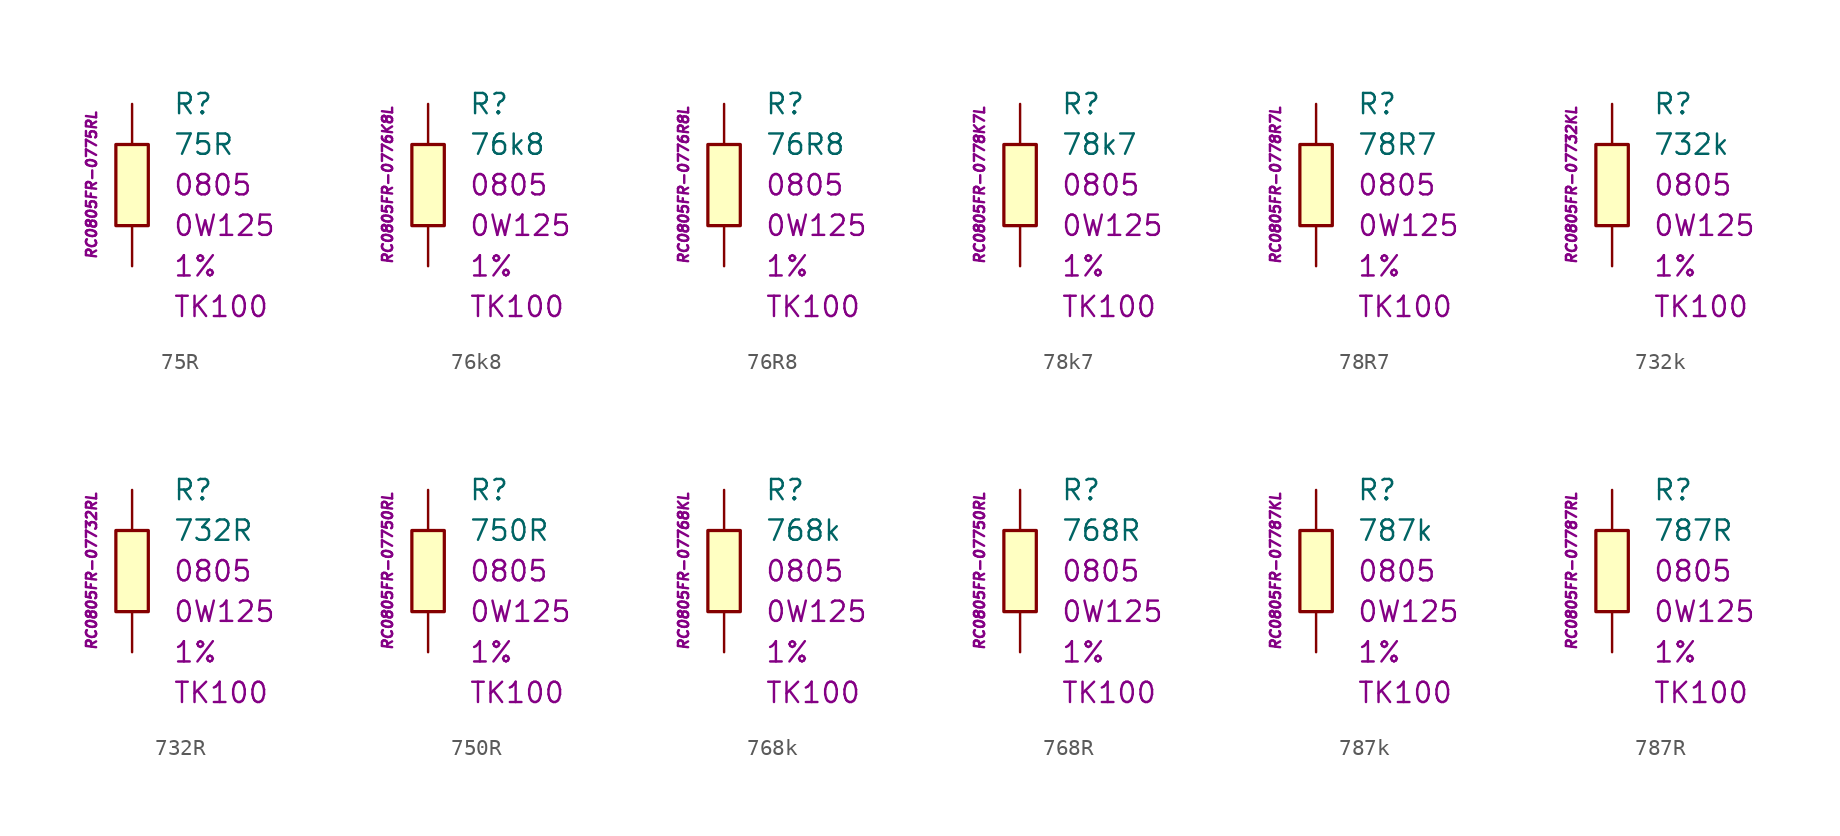
<source format=kicad_sym>
(kicad_symbol_lib
  (version 20201005)
  (generator kicad_symbol_editor)
  (symbol "75R"
    (pin_numbers hide)
    (pin_names
      (offset 1.016) hide)
    (property "Reference" "R"
      (at 2.54 5.08 0)
      (effects (font (size 1.27 1.27)) (justify left)))
    (property "Value" "75R"
      (at 2.54 2.54 0)
      (effects (font (size 1.27 1.27)) (justify left)))
    (property "Package" "0805"
      (at 2.54 0 0)
      (effects (font (size 1.27 1.27)) (justify left)))
    (property "Power" "0W125"
      (at 2.54 -2.54 0)
      (effects (font (size 1.27 1.27)) (justify left)))
    (property "Tolerance" "1%"
      (at 2.54 -5.08 0)
      (effects (font (size 1.27 1.27)) (justify left)))
    (property "TK" "TK100"
      (at 2.54 -7.62 0)
      (effects (font (size 1.27 1.27)) (justify left)))
    (property "ID" "RC0805FR-0775RL"
      (at -2.54 0 90)
      (effects (font (size 0.635 0.635) italic)))
    (symbol "75R_0_1"
      (rectangle (start -1.016 2.54) (end 1.016 -2.54) (stroke (width 0.203)) (fill (type background))))
    (symbol "75R_1_1"
      (pin passive line (at 0 5.08 270) (length 2.54) (name "~" (effects (font (size 1.778 1.778)))) (number "1" (effects (font (size 1.778 1.778)))))
      (pin passive line (at 0 -5.08 90) (length 2.54) (name "~" (effects (font (size 1.778 1.778)))) (number "2" (effects (font (size 1.778 1.778)))))))
  (symbol "76k8"
    (pin_numbers hide)
    (pin_names
      (offset 1.016) hide)
    (property "Reference" "R"
      (at 2.54 5.08 0)
      (effects (font (size 1.27 1.27)) (justify left)))
    (property "Value" "76k8"
      (at 2.54 2.54 0)
      (effects (font (size 1.27 1.27)) (justify left)))
    (property "Package" "0805"
      (at 2.54 0 0)
      (effects (font (size 1.27 1.27)) (justify left)))
    (property "Power" "0W125"
      (at 2.54 -2.54 0)
      (effects (font (size 1.27 1.27)) (justify left)))
    (property "Tolerance" "1%"
      (at 2.54 -5.08 0)
      (effects (font (size 1.27 1.27)) (justify left)))
    (property "TK" "TK100"
      (at 2.54 -7.62 0)
      (effects (font (size 1.27 1.27)) (justify left)))
    (property "ID" "RC0805FR-0776K8L"
      (at -2.54 0 90)
      (effects (font (size 0.635 0.635) italic)))
    (symbol "76k8_0_1"
      (rectangle (start -1.016 2.54) (end 1.016 -2.54) (stroke (width 0.203)) (fill (type background))))
    (symbol "76k8_1_1"
      (pin passive line (at 0 5.08 270) (length 2.54) (name "~" (effects (font (size 1.778 1.778)))) (number "1" (effects (font (size 1.778 1.778)))))
      (pin passive line (at 0 -5.08 90) (length 2.54) (name "~" (effects (font (size 1.778 1.778)))) (number "2" (effects (font (size 1.778 1.778)))))))
  (symbol "76R8"
    (pin_numbers hide)
    (pin_names
      (offset 1.016) hide)
    (property "Reference" "R"
      (at 2.54 5.08 0)
      (effects (font (size 1.27 1.27)) (justify left)))
    (property "Value" "76R8"
      (at 2.54 2.54 0)
      (effects (font (size 1.27 1.27)) (justify left)))
    (property "Package" "0805"
      (at 2.54 0 0)
      (effects (font (size 1.27 1.27)) (justify left)))
    (property "Power" "0W125"
      (at 2.54 -2.54 0)
      (effects (font (size 1.27 1.27)) (justify left)))
    (property "Tolerance" "1%"
      (at 2.54 -5.08 0)
      (effects (font (size 1.27 1.27)) (justify left)))
    (property "TK" "TK100"
      (at 2.54 -7.62 0)
      (effects (font (size 1.27 1.27)) (justify left)))
    (property "ID" "RC0805FR-0776R8L"
      (at -2.54 0 90)
      (effects (font (size 0.635 0.635) italic)))
    (symbol "76R8_0_1"
      (rectangle (start -1.016 2.54) (end 1.016 -2.54) (stroke (width 0.203)) (fill (type background))))
    (symbol "76R8_1_1"
      (pin passive line (at 0 5.08 270) (length 2.54) (name "~" (effects (font (size 1.778 1.778)))) (number "1" (effects (font (size 1.778 1.778)))))
      (pin passive line (at 0 -5.08 90) (length 2.54) (name "~" (effects (font (size 1.778 1.778)))) (number "2" (effects (font (size 1.778 1.778)))))))
  (symbol "78k7"
    (pin_numbers hide)
    (pin_names
      (offset 1.016) hide)
    (property "Reference" "R"
      (at 2.54 5.08 0)
      (effects (font (size 1.27 1.27)) (justify left)))
    (property "Value" "78k7"
      (at 2.54 2.54 0)
      (effects (font (size 1.27 1.27)) (justify left)))
    (property "Package" "0805"
      (at 2.54 0 0)
      (effects (font (size 1.27 1.27)) (justify left)))
    (property "Power" "0W125"
      (at 2.54 -2.54 0)
      (effects (font (size 1.27 1.27)) (justify left)))
    (property "Tolerance" "1%"
      (at 2.54 -5.08 0)
      (effects (font (size 1.27 1.27)) (justify left)))
    (property "TK" "TK100"
      (at 2.54 -7.62 0)
      (effects (font (size 1.27 1.27)) (justify left)))
    (property "ID" "RC0805FR-0778K7L"
      (at -2.54 0 90)
      (effects (font (size 0.635 0.635) italic)))
    (symbol "78k7_0_1"
      (rectangle (start -1.016 2.54) (end 1.016 -2.54) (stroke (width 0.203)) (fill (type background))))
    (symbol "78k7_1_1"
      (pin passive line (at 0 5.08 270) (length 2.54) (name "~" (effects (font (size 1.778 1.778)))) (number "1" (effects (font (size 1.778 1.778)))))
      (pin passive line (at 0 -5.08 90) (length 2.54) (name "~" (effects (font (size 1.778 1.778)))) (number "2" (effects (font (size 1.778 1.778)))))))
  (symbol "78R7"
    (pin_numbers hide)
    (pin_names
      (offset 1.016) hide)
    (property "Reference" "R"
      (at 2.54 5.08 0)
      (effects (font (size 1.27 1.27)) (justify left)))
    (property "Value" "78R7"
      (at 2.54 2.54 0)
      (effects (font (size 1.27 1.27)) (justify left)))
    (property "Package" "0805"
      (at 2.54 0 0)
      (effects (font (size 1.27 1.27)) (justify left)))
    (property "Power" "0W125"
      (at 2.54 -2.54 0)
      (effects (font (size 1.27 1.27)) (justify left)))
    (property "Tolerance" "1%"
      (at 2.54 -5.08 0)
      (effects (font (size 1.27 1.27)) (justify left)))
    (property "TK" "TK100"
      (at 2.54 -7.62 0)
      (effects (font (size 1.27 1.27)) (justify left)))
    (property "ID" "RC0805FR-0778R7L"
      (at -2.54 0 90)
      (effects (font (size 0.635 0.635) italic)))
    (symbol "78R7_0_1"
      (rectangle (start -1.016 2.54) (end 1.016 -2.54) (stroke (width 0.203)) (fill (type background))))
    (symbol "78R7_1_1"
      (pin passive line (at 0 5.08 270) (length 2.54) (name "~" (effects (font (size 1.778 1.778)))) (number "1" (effects (font (size 1.778 1.778)))))
      (pin passive line (at 0 -5.08 90) (length 2.54) (name "~" (effects (font (size 1.778 1.778)))) (number "2" (effects (font (size 1.778 1.778)))))))
  (symbol "732k"
    (pin_numbers hide)
    (pin_names
      (offset 1.016) hide)
    (property "Reference" "R"
      (at 2.54 5.08 0)
      (effects (font (size 1.27 1.27)) (justify left)))
    (property "Value" "732k"
      (at 2.54 2.54 0)
      (effects (font (size 1.27 1.27)) (justify left)))
    (property "Package" "0805"
      (at 2.54 0 0)
      (effects (font (size 1.27 1.27)) (justify left)))
    (property "Power" "0W125"
      (at 2.54 -2.54 0)
      (effects (font (size 1.27 1.27)) (justify left)))
    (property "Tolerance" "1%"
      (at 2.54 -5.08 0)
      (effects (font (size 1.27 1.27)) (justify left)))
    (property "TK" "TK100"
      (at 2.54 -7.62 0)
      (effects (font (size 1.27 1.27)) (justify left)))
    (property "ID" "RC0805FR-07732KL"
      (at -2.54 0 90)
      (effects (font (size 0.635 0.635) italic)))
    (symbol "732k_0_1"
      (rectangle (start -1.016 2.54) (end 1.016 -2.54) (stroke (width 0.203)) (fill (type background))))
    (symbol "732k_1_1"
      (pin passive line (at 0 5.08 270) (length 2.54) (name "~" (effects (font (size 1.778 1.778)))) (number "1" (effects (font (size 1.778 1.778)))))
      (pin passive line (at 0 -5.08 90) (length 2.54) (name "~" (effects (font (size 1.778 1.778)))) (number "2" (effects (font (size 1.778 1.778)))))))
  (symbol "732R"
    (pin_numbers hide)
    (pin_names
      (offset 1.016) hide)
    (property "Reference" "R"
      (at 2.54 5.08 0)
      (effects (font (size 1.27 1.27)) (justify left)))
    (property "Value" "732R"
      (at 2.54 2.54 0)
      (effects (font (size 1.27 1.27)) (justify left)))
    (property "Package" "0805"
      (at 2.54 0 0)
      (effects (font (size 1.27 1.27)) (justify left)))
    (property "Power" "0W125"
      (at 2.54 -2.54 0)
      (effects (font (size 1.27 1.27)) (justify left)))
    (property "Tolerance" "1%"
      (at 2.54 -5.08 0)
      (effects (font (size 1.27 1.27)) (justify left)))
    (property "TK" "TK100"
      (at 2.54 -7.62 0)
      (effects (font (size 1.27 1.27)) (justify left)))
    (property "ID" "RC0805FR-07732RL"
      (at -2.54 0 90)
      (effects (font (size 0.635 0.635) italic)))
    (symbol "732R_0_1"
      (rectangle (start -1.016 2.54) (end 1.016 -2.54) (stroke (width 0.203)) (fill (type background))))
    (symbol "732R_1_1"
      (pin passive line (at 0 5.08 270) (length 2.54) (name "~" (effects (font (size 1.778 1.778)))) (number "1" (effects (font (size 1.778 1.778)))))
      (pin passive line (at 0 -5.08 90) (length 2.54) (name "~" (effects (font (size 1.778 1.778)))) (number "2" (effects (font (size 1.778 1.778)))))))
  (symbol "750R"
    (pin_numbers hide)
    (pin_names
      (offset 1.016) hide)
    (property "Reference" "R"
      (at 2.54 5.08 0)
      (effects (font (size 1.27 1.27)) (justify left)))
    (property "Value" "750R"
      (at 2.54 2.54 0)
      (effects (font (size 1.27 1.27)) (justify left)))
    (property "Package" "0805"
      (at 2.54 0 0)
      (effects (font (size 1.27 1.27)) (justify left)))
    (property "Power" "0W125"
      (at 2.54 -2.54 0)
      (effects (font (size 1.27 1.27)) (justify left)))
    (property "Tolerance" "1%"
      (at 2.54 -5.08 0)
      (effects (font (size 1.27 1.27)) (justify left)))
    (property "TK" "TK100"
      (at 2.54 -7.62 0)
      (effects (font (size 1.27 1.27)) (justify left)))
    (property "ID" "RC0805FR-07750RL"
      (at -2.54 0 90)
      (effects (font (size 0.635 0.635) italic)))
    (symbol "750R_0_1"
      (rectangle (start -1.016 2.54) (end 1.016 -2.54) (stroke (width 0.203)) (fill (type background))))
    (symbol "750R_1_1"
      (pin passive line (at 0 5.08 270) (length 2.54) (name "~" (effects (font (size 1.778 1.778)))) (number "1" (effects (font (size 1.778 1.778)))))
      (pin passive line (at 0 -5.08 90) (length 2.54) (name "~" (effects (font (size 1.778 1.778)))) (number "2" (effects (font (size 1.778 1.778)))))))
  (symbol "768k"
    (pin_numbers hide)
    (pin_names
      (offset 1.016) hide)
    (property "Reference" "R"
      (at 2.54 5.08 0)
      (effects (font (size 1.27 1.27)) (justify left)))
    (property "Value" "768k"
      (at 2.54 2.54 0)
      (effects (font (size 1.27 1.27)) (justify left)))
    (property "Package" "0805"
      (at 2.54 0 0)
      (effects (font (size 1.27 1.27)) (justify left)))
    (property "Power" "0W125"
      (at 2.54 -2.54 0)
      (effects (font (size 1.27 1.27)) (justify left)))
    (property "Tolerance" "1%"
      (at 2.54 -5.08 0)
      (effects (font (size 1.27 1.27)) (justify left)))
    (property "TK" "TK100"
      (at 2.54 -7.62 0)
      (effects (font (size 1.27 1.27)) (justify left)))
    (property "ID" "RC0805FR-07768KL"
      (at -2.54 0 90)
      (effects (font (size 0.635 0.635) italic)))
    (symbol "768k_0_1"
      (rectangle (start -1.016 2.54) (end 1.016 -2.54) (stroke (width 0.203)) (fill (type background))))
    (symbol "768k_1_1"
      (pin passive line (at 0 5.08 270) (length 2.54) (name "~" (effects (font (size 1.778 1.778)))) (number "1" (effects (font (size 1.778 1.778)))))
      (pin passive line (at 0 -5.08 90) (length 2.54) (name "~" (effects (font (size 1.778 1.778)))) (number "2" (effects (font (size 1.778 1.778)))))))
  (symbol "768R"
    (pin_numbers hide)
    (pin_names
      (offset 1.016) hide)
    (property "Reference" "R"
      (at 2.54 5.08 0)
      (effects (font (size 1.27 1.27)) (justify left)))
    (property "Value" "768R"
      (at 2.54 2.54 0)
      (effects (font (size 1.27 1.27)) (justify left)))
    (property "Package" "0805"
      (at 2.54 0 0)
      (effects (font (size 1.27 1.27)) (justify left)))
    (property "Power" "0W125"
      (at 2.54 -2.54 0)
      (effects (font (size 1.27 1.27)) (justify left)))
    (property "Tolerance" "1%"
      (at 2.54 -5.08 0)
      (effects (font (size 1.27 1.27)) (justify left)))
    (property "TK" "TK100"
      (at 2.54 -7.62 0)
      (effects (font (size 1.27 1.27)) (justify left)))
    (property "ID" "RC0805FR-07750RL"
      (at -2.54 0 90)
      (effects (font (size 0.635 0.635) italic)))
    (symbol "768R_0_1"
      (rectangle (start -1.016 2.54) (end 1.016 -2.54) (stroke (width 0.203)) (fill (type background))))
    (symbol "768R_1_1"
      (pin passive line (at 0 5.08 270) (length 2.54) (name "~" (effects (font (size 1.778 1.778)))) (number "1" (effects (font (size 1.778 1.778)))))
      (pin passive line (at 0 -5.08 90) (length 2.54) (name "~" (effects (font (size 1.778 1.778)))) (number "2" (effects (font (size 1.778 1.778)))))))
  (symbol "787k"
    (pin_numbers hide)
    (pin_names
      (offset 1.016) hide)
    (property "Reference" "R"
      (at 2.54 5.08 0)
      (effects (font (size 1.27 1.27)) (justify left)))
    (property "Value" "787k"
      (at 2.54 2.54 0)
      (effects (font (size 1.27 1.27)) (justify left)))
    (property "Package" "0805"
      (at 2.54 0 0)
      (effects (font (size 1.27 1.27)) (justify left)))
    (property "Power" "0W125"
      (at 2.54 -2.54 0)
      (effects (font (size 1.27 1.27)) (justify left)))
    (property "Tolerance" "1%"
      (at 2.54 -5.08 0)
      (effects (font (size 1.27 1.27)) (justify left)))
    (property "TK" "TK100"
      (at 2.54 -7.62 0)
      (effects (font (size 1.27 1.27)) (justify left)))
    (property "ID" "RC0805FR-07787KL"
      (at -2.54 0 90)
      (effects (font (size 0.635 0.635) italic)))
    (symbol "787k_0_1"
      (rectangle (start -1.016 2.54) (end 1.016 -2.54) (stroke (width 0.203)) (fill (type background))))
    (symbol "787k_1_1"
      (pin passive line (at 0 5.08 270) (length 2.54) (name "~" (effects (font (size 1.778 1.778)))) (number "1" (effects (font (size 1.778 1.778)))))
      (pin passive line (at 0 -5.08 90) (length 2.54) (name "~" (effects (font (size 1.778 1.778)))) (number "2" (effects (font (size 1.778 1.778)))))))
  (symbol "787R"
    (pin_numbers hide)
    (pin_names
      (offset 1.016) hide)
    (property "Reference" "R"
      (at 2.54 5.08 0)
      (effects (font (size 1.27 1.27)) (justify left)))
    (property "Value" "787R"
      (at 2.54 2.54 0)
      (effects (font (size 1.27 1.27)) (justify left)))
    (property "Package" "0805"
      (at 2.54 0 0)
      (effects (font (size 1.27 1.27)) (justify left)))
    (property "Power" "0W125"
      (at 2.54 -2.54 0)
      (effects (font (size 1.27 1.27)) (justify left)))
    (property "Tolerance" "1%"
      (at 2.54 -5.08 0)
      (effects (font (size 1.27 1.27)) (justify left)))
    (property "TK" "TK100"
      (at 2.54 -7.62 0)
      (effects (font (size 1.27 1.27)) (justify left)))
    (property "ID" "RC0805FR-07787RL"
      (at -2.54 0 90)
      (effects (font (size 0.635 0.635) italic)))
    (symbol "787R_0_1"
      (rectangle (start -1.016 2.54) (end 1.016 -2.54) (stroke (width 0.203)) (fill (type background))))
    (symbol "787R_1_1"
      (pin passive line (at 0 5.08 270) (length 2.54) (name "~" (effects (font (size 1.778 1.778)))) (number "1" (effects (font (size 1.778 1.778)))))
      (pin passive line (at 0 -5.08 90) (length 2.54) (name "~" (effects (font (size 1.778 1.778)))) (number "2" (effects (font (size 1.778 1.778))))))))
</source>
